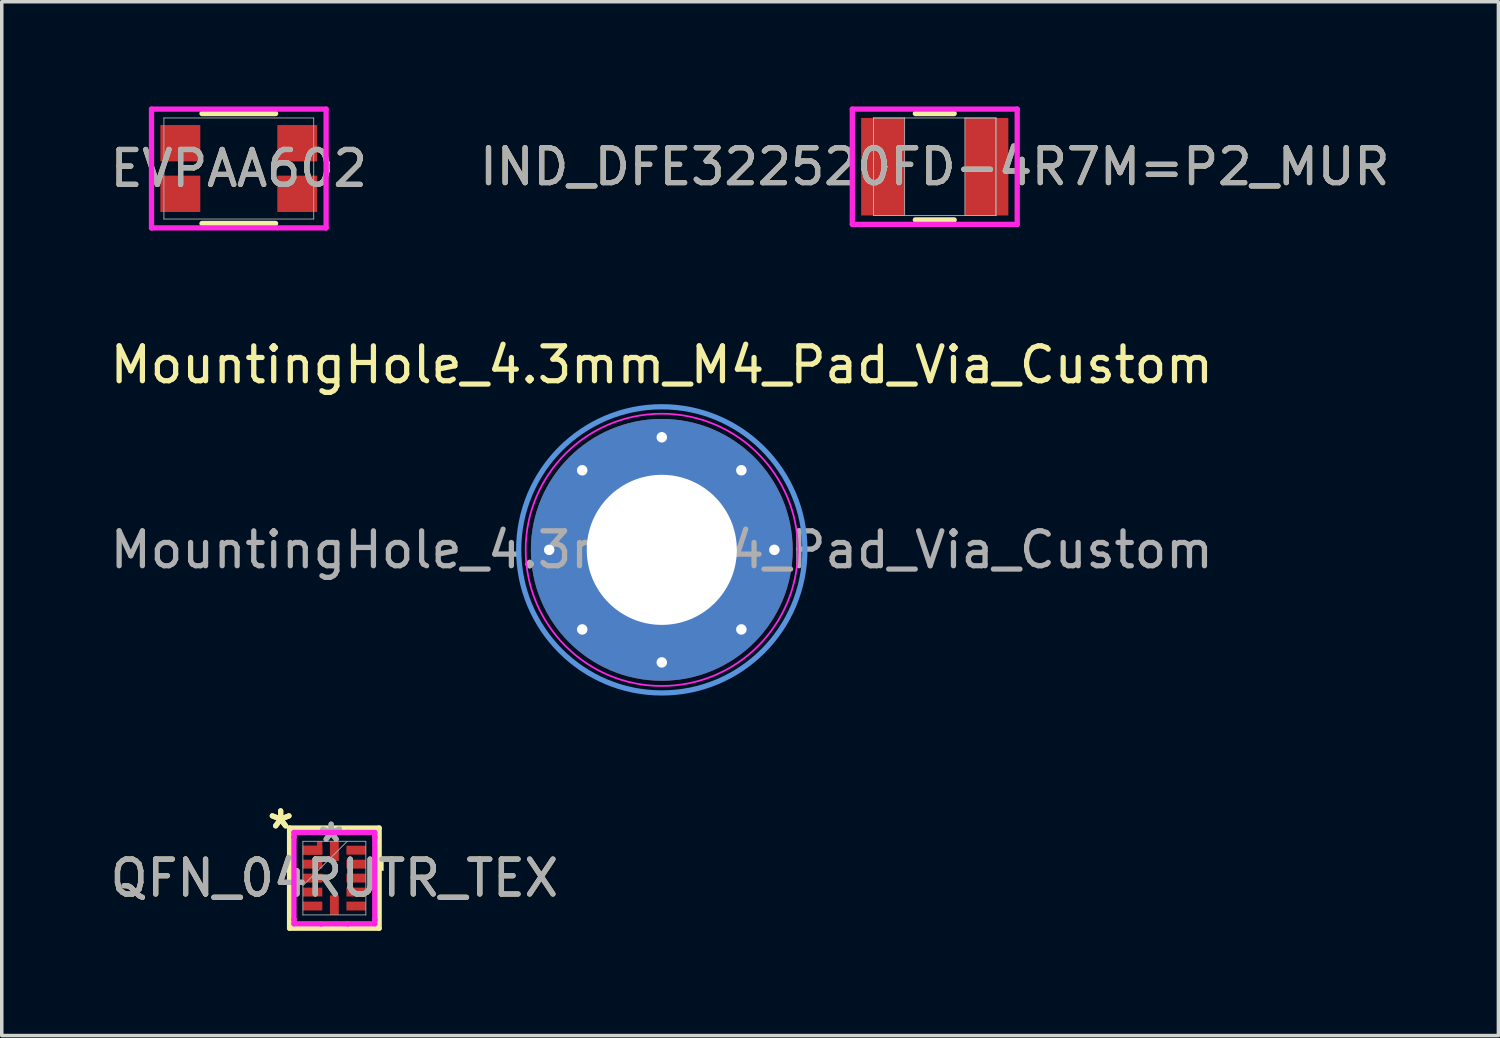
<source format=kicad_pcb>
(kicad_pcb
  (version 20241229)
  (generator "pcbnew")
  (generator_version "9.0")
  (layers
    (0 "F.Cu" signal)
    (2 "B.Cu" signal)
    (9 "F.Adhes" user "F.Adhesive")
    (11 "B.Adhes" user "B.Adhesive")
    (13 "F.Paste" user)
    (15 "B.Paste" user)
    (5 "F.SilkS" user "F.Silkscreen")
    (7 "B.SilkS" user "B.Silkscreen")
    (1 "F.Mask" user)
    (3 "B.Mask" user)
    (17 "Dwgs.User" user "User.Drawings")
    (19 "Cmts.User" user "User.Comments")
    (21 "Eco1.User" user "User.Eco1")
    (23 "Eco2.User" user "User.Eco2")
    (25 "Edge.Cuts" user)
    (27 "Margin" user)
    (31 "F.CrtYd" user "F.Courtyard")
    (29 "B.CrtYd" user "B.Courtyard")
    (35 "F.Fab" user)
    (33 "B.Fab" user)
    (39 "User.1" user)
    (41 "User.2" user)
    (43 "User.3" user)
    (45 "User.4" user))
  (footprint "MountingHole_4.3mm_M4_Pad_Via_Custom"
    (layer "F.Cu")
    (at 15.911 12.704)
    (property "Reference" "MountingHole_4.3mm_M4_Pad_Via_Custom" (at 0 -5.3 0) (layer "F.SilkS") (effects (font (size 1 1) (thickness 0.15))))
    (attr exclude_from_pos_files exclude_from_bom)
    (fp_circle (center 0 0) (end 4.1 0) (stroke (width 0.15) (type solid)) (fill no) (layer "Cmts.User"))
    (fp_circle (center 0 0) (end 3.9 0) (stroke (width 0.05) (type solid)) (fill no) (layer "F.CrtYd"))
    (fp_text user "${REFERENCE}" (at 0 0 0) (layer "F.Fab") (effects (font (size 1 1) (thickness 0.15))))
    (pad "1" thru_hole circle (at -3.225 0) (size 0.6 0.6) (drill 0.3) (layers "*.Cu" "*.Mask"))
    (pad "1" thru_hole circle (at -2.28 -2.28) (size 0.6 0.6) (drill 0.3) (layers "*.Cu" "*.Mask"))
    (pad "1" thru_hole circle (at -2.28 2.28) (size 0.6 0.6) (drill 0.3) (layers "*.Cu" "*.Mask"))
    (pad "1" thru_hole circle (at 0 -3.225) (size 0.6 0.6) (drill 0.3) (layers "*.Cu" "*.Mask"))
    (pad "1" thru_hole circle (at 0 0) (size 7.5 7.5) (drill 4.3) (layers "*.Cu" "*.Mask"))
    (pad "1" thru_hole circle (at 0 3.225) (size 0.6 0.6) (drill 0.3) (layers "*.Cu" "*.Mask"))
    (pad "1" thru_hole circle (at 2.28 -2.28) (size 0.6 0.6) (drill 0.3) (layers "*.Cu" "*.Mask"))
    (pad "1" thru_hole circle (at 2.28 2.28) (size 0.6 0.6) (drill 0.3) (layers "*.Cu" "*.Mask"))
    (pad "1" thru_hole circle (at 3.225 0) (size 0.6 0.6) (drill 0.3) (layers "*.Cu" "*.Mask")))
  (footprint "IND_DFE322520FD-4R7M=P2_MUR"
    (layer "F.Cu")
    (at 23.732 1.727)
    (property "Reference" "IND_DFE322520FD-4R7M=P2_MUR" (at 0 0 0) (unlocked yes) (layer "F.SilkS") (effects (font (size 1 1) (thickness 0.15))))
    (attr smd)
    (fp_line (start -0.556 1.524) (end 0.556 1.524) (stroke (width 0.152) (type solid)) (layer "F.SilkS"))
    (fp_line (start 0.556 -1.524) (end -0.556 -1.524) (stroke (width 0.152) (type solid)) (layer "F.SilkS"))
    (fp_line (start -2.362 -1.651) (end 2.362 -1.651) (stroke (width 0.152) (type solid)) (layer "F.CrtYd"))
    (fp_line (start -2.362 1.651) (end -2.362 -1.651) (stroke (width 0.152) (type solid)) (layer "F.CrtYd"))
    (fp_line (start 2.362 -1.651) (end 2.362 1.651) (stroke (width 0.152) (type solid)) (layer "F.CrtYd"))
    (fp_line (start 2.362 1.651) (end -2.362 1.651) (stroke (width 0.152) (type solid)) (layer "F.CrtYd"))
    (fp_line (start -1.753 -1.397) (end -1.753 1.397) (stroke (width 0.025) (type solid)) (layer "F.Fab"))
    (fp_line (start -1.753 -1.397) (end -1.753 1.397) (stroke (width 0.025) (type solid)) (layer "F.Fab"))
    (fp_line (start -1.753 1.397) (end -0.864 1.397) (stroke (width 0.025) (type solid)) (layer "F.Fab"))
    (fp_line (start -1.753 1.397) (end 1.753 1.397) (stroke (width 0.025) (type solid)) (layer "F.Fab"))
    (fp_line (start -0.864 -1.397) (end -1.753 -1.397) (stroke (width 0.025) (type solid)) (layer "F.Fab"))
    (fp_line (start -0.864 1.397) (end -0.864 -1.397) (stroke (width 0.025) (type solid)) (layer "F.Fab"))
    (fp_line (start 0.864 -1.397) (end 0.864 1.397) (stroke (width 0.025) (type solid)) (layer "F.Fab"))
    (fp_line (start 0.864 1.397) (end 1.753 1.397) (stroke (width 0.025) (type solid)) (layer "F.Fab"))
    (fp_line (start 1.753 -1.397) (end -1.753 -1.397) (stroke (width 0.025) (type solid)) (layer "F.Fab"))
    (fp_line (start 1.753 -1.397) (end 0.864 -1.397) (stroke (width 0.025) (type solid)) (layer "F.Fab"))
    (fp_line (start 1.753 1.397) (end 1.753 -1.397) (stroke (width 0.025) (type solid)) (layer "F.Fab"))
    (fp_line (start 1.753 1.397) (end 1.753 -1.397) (stroke (width 0.025) (type solid)) (layer "F.Fab"))
    (fp_circle (center -1.359 0) (end -1.359 0) (stroke (width 0.025) (type solid)) (fill no) (layer "F.Fab"))
    (fp_text user "${REFERENCE}" (at 0 0 0) (unlocked yes) (layer "F.Fab") (effects (font (size 1 1) (thickness 0.15))))
    (pad "1" smd rect (at -1.486 0) (size 1.245 2.794) (layers "F.Cu" "F.Mask" "F.Paste"))
    (pad "2" smd rect (at 1.486 0) (size 1.245 2.794) (layers "F.Cu" "F.Mask" "F.Paste")))
  (footprint "QFN_04RUTR_TEX"
    (layer "F.Cu")
    (at 6.53 22.109)
    (property "Reference" "QFN_04RUTR_TEX" (at 0 0 0) (unlocked yes) (layer "F.SilkS") (effects (font (size 1 1) (thickness 0.15))))
    (attr smd)
    (fp_poly (pts (xy -0.904 -0.673) (xy -0.346 -0.673) (xy -0.346 -1.054) (xy -0.498 -1.054) (xy -0.498 -0.927) (xy -0.904 -0.927)) (stroke (width 0) (type solid)) (fill yes) (layer "F.Cu"))
    (fp_poly (pts (xy -0.904 -0.673) (xy -0.346 -0.673) (xy -0.346 -1.054) (xy -0.498 -1.054) (xy -0.498 -0.927) (xy -0.904 -0.927)) (stroke (width 0) (type solid)) (fill yes) (layer "F.Mask"))
    (fp_line (start -1.283 -1.435) (end -1.283 1.435) (stroke (width 0.152) (type solid)) (layer "F.SilkS"))
    (fp_line (start -1.283 1.435) (end 1.283 1.435) (stroke (width 0.152) (type solid)) (layer "F.SilkS"))
    (fp_line (start 1.283 -1.435) (end -1.283 -1.435) (stroke (width 0.152) (type solid)) (layer "F.SilkS"))
    (fp_line (start 1.283 1.435) (end 1.283 -1.435) (stroke (width 0.152) (type solid)) (layer "F.SilkS"))
    (fp_poly (pts (xy 1.412 -0.591) (xy 1.412 -0.21) (xy 1.158 -0.21) (xy 1.158 -0.591)) (stroke (width 0) (type solid)) (fill yes) (layer "F.SilkS"))
    (fp_poly (pts (xy -0.904 -0.673) (xy -0.346 -0.673) (xy -0.346 -1.054) (xy -0.498 -1.054) (xy -0.498 -0.927) (xy -0.904 -0.927)) (stroke (width 0) (type solid)) (fill yes) (layer "F.Paste"))
    (fp_line (start -1.158 -1.181) (end -1.156 -1.181) (stroke (width 0.152) (type solid)) (layer "F.CrtYd"))
    (fp_line (start -1.158 1.181) (end -1.158 -1.181) (stroke (width 0.152) (type solid)) (layer "F.CrtYd"))
    (fp_line (start -1.156 -1.308) (end -0.381 -1.308) (stroke (width 0.152) (type solid)) (layer "F.CrtYd"))
    (fp_line (start -1.156 -1.181) (end -1.156 -1.308) (stroke (width 0.152) (type solid)) (layer "F.CrtYd"))
    (fp_line (start -1.156 1.181) (end -1.158 1.181) (stroke (width 0.152) (type solid)) (layer "F.CrtYd"))
    (fp_line (start -1.156 1.308) (end -1.156 1.181) (stroke (width 0.152) (type solid)) (layer "F.CrtYd"))
    (fp_line (start -0.381 -1.308) (end 0.381 -1.308) (stroke (width 0.152) (type solid)) (layer "F.CrtYd"))
    (fp_line (start -0.381 -1.308) (end -0.381 -1.308) (stroke (width 0.152) (type solid)) (layer "F.CrtYd"))
    (fp_line (start -0.381 1.308) (end -1.156 1.308) (stroke (width 0.152) (type solid)) (layer "F.CrtYd"))
    (fp_line (start -0.381 1.308) (end -0.381 1.308) (stroke (width 0.152) (type solid)) (layer "F.CrtYd"))
    (fp_line (start 0.381 -1.308) (end 0.381 -1.308) (stroke (width 0.152) (type solid)) (layer "F.CrtYd"))
    (fp_line (start 0.381 -1.308) (end 1.156 -1.308) (stroke (width 0.152) (type solid)) (layer "F.CrtYd"))
    (fp_line (start 0.381 1.308) (end 0.381 1.308) (stroke (width 0.152) (type solid)) (layer "F.CrtYd"))
    (fp_line (start 0.381 1.308) (end -0.381 1.308) (stroke (width 0.152) (type solid)) (layer "F.CrtYd"))
    (fp_line (start 1.156 -1.308) (end 1.156 -1.181) (stroke (width 0.152) (type solid)) (layer "F.CrtYd"))
    (fp_line (start 1.156 -1.181) (end 1.158 -1.181) (stroke (width 0.152) (type solid)) (layer "F.CrtYd"))
    (fp_line (start 1.156 1.181) (end 1.156 1.308) (stroke (width 0.152) (type solid)) (layer "F.CrtYd"))
    (fp_line (start 1.156 1.308) (end 0.381 1.308) (stroke (width 0.152) (type solid)) (layer "F.CrtYd"))
    (fp_line (start 1.158 -1.181) (end 1.158 1.181) (stroke (width 0.152) (type solid)) (layer "F.CrtYd"))
    (fp_line (start 1.158 1.181) (end 1.156 1.181) (stroke (width 0.152) (type solid)) (layer "F.CrtYd"))
    (fp_line (start -0.902 -1.054) (end -0.902 1.054) (stroke (width 0.025) (type solid)) (layer "F.Fab"))
    (fp_line (start -0.902 0.216) (end 0.368 -1.054) (stroke (width 0.025) (type solid)) (layer "F.Fab"))
    (fp_line (start -0.902 1.054) (end 0.902 1.054) (stroke (width 0.025) (type solid)) (layer "F.Fab"))
    (fp_line (start 0.902 -1.054) (end -0.902 -1.054) (stroke (width 0.025) (type solid)) (layer "F.Fab"))
    (fp_line (start 0.902 1.054) (end 0.902 -1.054) (stroke (width 0.025) (type solid)) (layer "F.Fab"))
    (fp_text user "*" (at -1.539 -1.381 0) (unlocked yes) (layer "F.SilkS") (effects (font (size 1 1) (thickness 0.15))))
    (fp_text user "*" (at -1.539 -1.381 0) (layer "F.SilkS") (effects (font (size 1 1) (thickness 0.15))))
    (fp_text user "*" (at -0.092 -1 0) (unlocked yes) (layer "F.Fab") (effects (font (size 1 1) (thickness 0.15))))
    (fp_text user "*" (at -0.092 -1 0) (layer "F.Fab") (effects (font (size 1 1) (thickness 0.15))))
    (fp_text user "${REFERENCE}" (at 0 0 0) (unlocked yes) (layer "F.Fab") (effects (font (size 1 1) (thickness 0.15))))
    (pad "1" smd rect (at -0.625 -0.8 90) (size 0.254 0.559) (layers "F.Cu" "F.Mask" "F.Paste"))
    (pad "2" smd rect (at -0.625 -0.4 90) (size 0.254 0.559) (layers "F.Cu" "F.Mask" "F.Paste"))
    (pad "3" smd rect (at -0.625 0 90) (size 0.254 0.559) (layers "F.Cu" "F.Mask" "F.Paste"))
    (pad "4" smd rect (at -0.625 0.4 90) (size 0.254 0.559) (layers "F.Cu" "F.Mask" "F.Paste"))
    (pad "5" smd rect (at -0.625 0.8 90) (size 0.254 0.559) (layers "F.Cu" "F.Mask" "F.Paste"))
    (pad "6" smd rect (at 0 0.775) (size 0.254 0.559) (layers "F.Cu" "F.Mask" "F.Paste"))
    (pad "7" smd rect (at 0.625 0.8 90) (size 0.254 0.559) (layers "F.Cu" "F.Mask" "F.Paste"))
    (pad "8" smd rect (at 0.625 0.4 90) (size 0.254 0.559) (layers "F.Cu" "F.Mask" "F.Paste"))
    (pad "9" smd rect (at 0.625 0 90) (size 0.254 0.559) (layers "F.Cu" "F.Mask" "F.Paste"))
    (pad "10" smd rect (at 0.625 -0.4 90) (size 0.254 0.559) (layers "F.Cu" "F.Mask" "F.Paste"))
    (pad "11" smd rect (at 0.625 -0.8 90) (size 0.254 0.559) (layers "F.Cu" "F.Mask" "F.Paste"))
    (pad "12" smd rect (at 0 -0.775) (size 0.254 0.559) (layers "F.Cu" "F.Mask" "F.Paste")))
  (footprint "EVPAA602"
    (layer "F.Cu")
    (at 3.792 1.778)
    (property "Reference" "EVPAA602" (at 0 0 0) (unlocked yes) (layer "F.SilkS") (effects (font (size 1 1) (thickness 0.15))))
    (attr smd)
    (fp_line (start -1.054 1.575) (end 1.054 1.575) (stroke (width 0.152) (type solid)) (layer "F.SilkS"))
    (fp_line (start 1.054 -1.575) (end -1.054 -1.575) (stroke (width 0.152) (type solid)) (layer "F.SilkS"))
    (fp_line (start -2.501 -1.702) (end -2.501 1.702) (stroke (width 0.152) (type solid)) (layer "F.CrtYd"))
    (fp_line (start -2.501 1.702) (end 2.501 1.702) (stroke (width 0.152) (type solid)) (layer "F.CrtYd"))
    (fp_line (start 2.501 -1.702) (end -2.501 -1.702) (stroke (width 0.152) (type solid)) (layer "F.CrtYd"))
    (fp_line (start 2.501 1.702) (end 2.501 -1.702) (stroke (width 0.152) (type solid)) (layer "F.CrtYd"))
    (fp_line (start -2.146 -1.448) (end -2.146 1.448) (stroke (width 0.025) (type solid)) (layer "F.Fab"))
    (fp_line (start -2.146 1.448) (end 2.146 1.448) (stroke (width 0.025) (type solid)) (layer "F.Fab"))
    (fp_line (start 2.146 -1.448) (end -2.146 -1.448) (stroke (width 0.025) (type solid)) (layer "F.Fab"))
    (fp_line (start 2.146 1.448) (end 2.146 -1.448) (stroke (width 0.025) (type solid)) (layer "F.Fab"))
    (fp_text user "${REFERENCE}" (at 0 0 0) (unlocked yes) (layer "F.Fab") (effects (font (size 1 1) (thickness 0.15))))
    (pad "1" smd rect (at -1.675 -0.725) (size 1.143 1.041) (layers "F.Cu" "F.Mask" "F.Paste"))
    (pad "2" smd rect (at -1.675 0.725) (size 1.143 1.041) (layers "F.Cu" "F.Mask" "F.Paste"))
    (pad "3" smd rect (at 1.675 0.725) (size 1.143 1.041) (layers "F.Cu" "F.Mask" "F.Paste"))
    (pad "4" smd rect (at 1.675 -0.725) (size 1.143 1.041) (layers "F.Cu" "F.Mask" "F.Paste")))
  (gr_rect
    (start -3 -3)
    (end 39.881 26.62)
    (stroke (width 0.1) (type default))
    (fill no)
    (layer "Edge.Cuts")))
</source>
